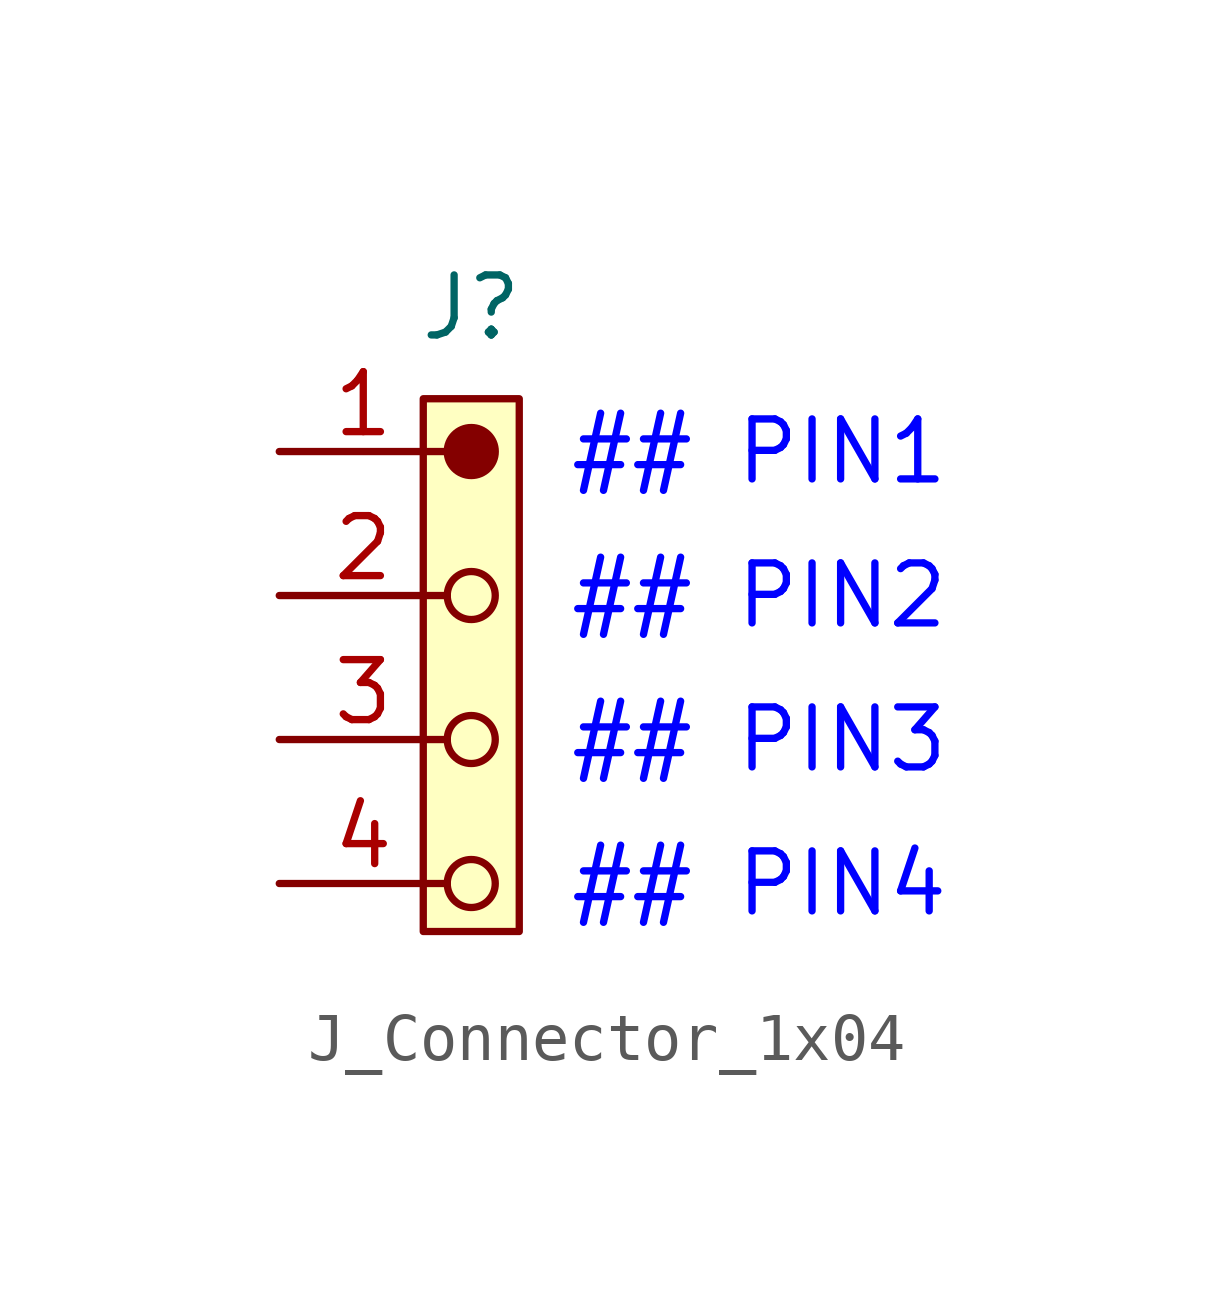
<source format=kicad_sym>
(kicad_symbol_lib
  (version 20241209)
  (generator "kicad_symbol_editor")
  (generator_version "9.0")
  (symbol "J_Connector_1x04"
    (pin_names
      (offset 0)
      (hide yes))
    (property "Reference" "J"
      (at 4 3 0)
      (do_not_autoplace)
      (effects (font (size 1.25 1.25))))
    (property "PIN_01" "## PIN1"
      (at 6 0 0)
      (do_not_autoplace)
      (effects (font (size 1.25 1.25) (color 0 0 255 1)) (justify left)))
    (property "PIN_02" "## PIN2"
      (at 6 -3 0)
      (do_not_autoplace)
      (effects (font (size 1.25 1.25) (color 0 0 255 1)) (justify left)))
    (property "PIN_03" "## PIN3"
      (at 6 -6 0)
      (do_not_autoplace)
      (effects (font (size 1.25 1.25) (color 0 0 255 1)) (justify left)))
    (property "PIN_04" "## PIN4"
      (at 6 -9 0)
      (do_not_autoplace)
      (effects (font (size 1.25 1.25) (color 0 0 255 1)) (justify left)))
    (symbol "J_Connector_1x04_0_1"
      (circle (center 4 -3) (radius 0.5) (stroke (width 0) (type default)) (fill (type none)))
      (circle (center 4 -6) (radius 0.5) (stroke (width 0) (type default)) (fill (type none)))
      (circle (center 4 -9) (radius 0.5) (stroke (width 0) (type default)) (fill (type none))))
    (symbol "J_Connector_1x04_1_1"
      (rectangle (start 3 1.1) (end 5 -10) (stroke (width 0) (type default)) (fill (type background)))
      (circle (center 4 0) (radius 0.5) (stroke (width 0) (type default)) (fill (type outline)))
      (pin passive line (at 0 0 0) (length 3.5) (name "1" (effects (font (size 1.25 1.25)))) (number "1" (effects (font (size 1.25 1.25)))))
      (pin passive line (at 0 -3 0) (length 3.5) (name "2" (effects (font (size 1.25 1.25)))) (number "2" (effects (font (size 1.25 1.25)))))
      (pin passive line (at 0 -6 0) (length 3.5) (name "3" (effects (font (size 1.25 1.25)))) (number "3" (effects (font (size 1.25 1.25)))))
      (pin passive line (at 0 -9 0) (length 3.5) (name "4" (effects (font (size 1.25 1.25)))) (number "4" (effects (font (size 1.25 1.25))))))))
</source>
